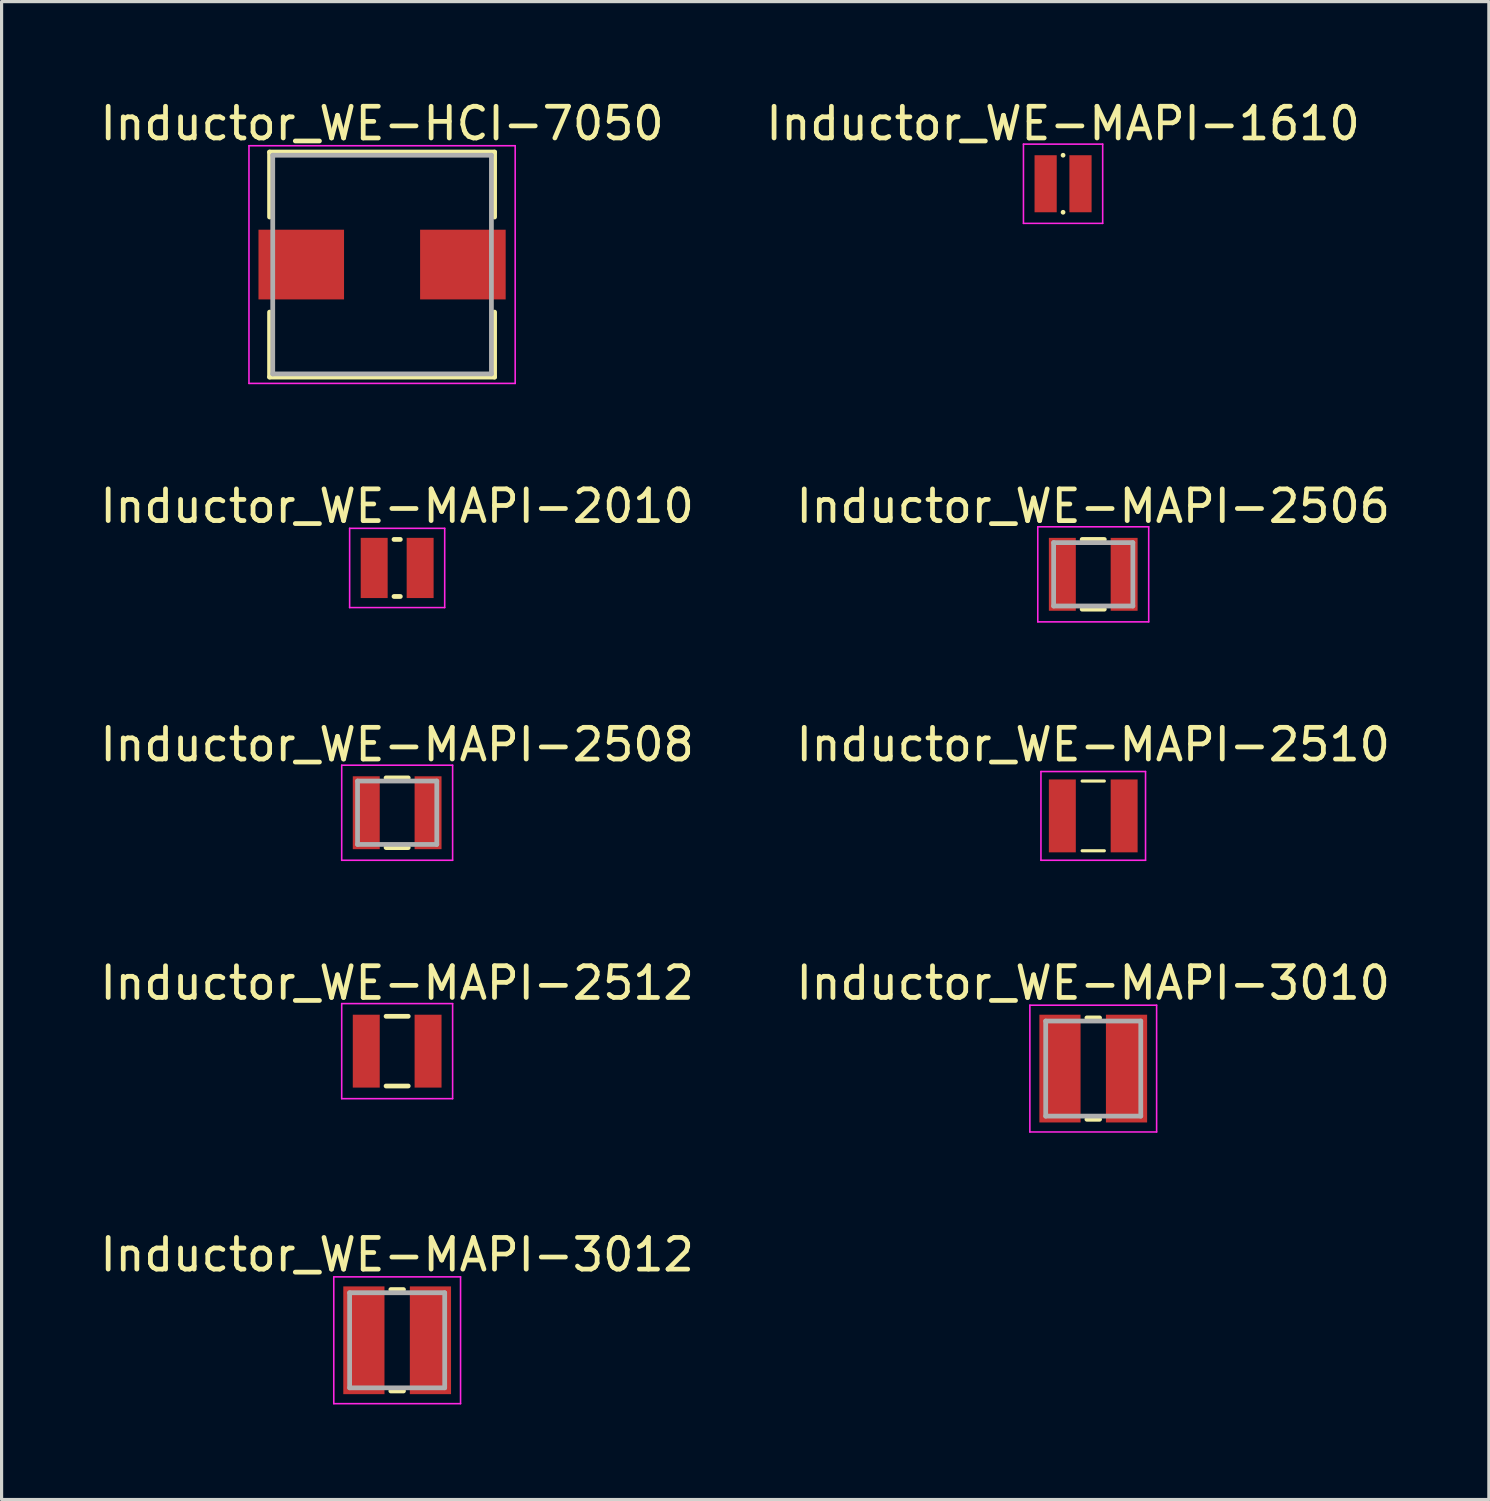
<source format=kicad_pcb>
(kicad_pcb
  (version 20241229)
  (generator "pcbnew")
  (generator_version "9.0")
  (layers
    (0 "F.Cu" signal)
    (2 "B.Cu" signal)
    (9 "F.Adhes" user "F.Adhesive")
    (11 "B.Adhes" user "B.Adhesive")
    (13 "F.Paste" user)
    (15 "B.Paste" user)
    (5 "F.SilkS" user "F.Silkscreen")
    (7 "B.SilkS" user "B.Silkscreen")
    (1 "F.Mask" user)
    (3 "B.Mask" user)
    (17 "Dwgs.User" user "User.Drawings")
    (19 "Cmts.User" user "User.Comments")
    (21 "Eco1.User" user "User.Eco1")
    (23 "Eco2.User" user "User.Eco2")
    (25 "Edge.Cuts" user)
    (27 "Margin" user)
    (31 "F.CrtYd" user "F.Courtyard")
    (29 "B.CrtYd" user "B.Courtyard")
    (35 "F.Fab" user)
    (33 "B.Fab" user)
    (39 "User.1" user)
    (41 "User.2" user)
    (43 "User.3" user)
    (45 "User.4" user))
  (footprint "Inductor_WE-MAPI-3010"
    (layer "F.Cu")
    (at 31.446 30.668)
    (property "Reference" "Inductor_WE-MAPI-3010" (at 0 -2.7 0) (layer "F.SilkS") (effects (font (size 1 1) (thickness 0.15))))
    (attr smd)
    (fp_line (start -0.2 -1.6) (end 0.2 -1.6) (stroke (width 0.15) (type solid)) (layer "F.SilkS"))
    (fp_line (start -0.2 1.6) (end 0.2 1.6) (stroke (width 0.15) (type solid)) (layer "F.SilkS"))
    (fp_line (start -2 -2) (end -2 2) (stroke (width 0.05) (type solid)) (layer "F.CrtYd"))
    (fp_line (start -2 2) (end 2 2) (stroke (width 0.05) (type solid)) (layer "F.CrtYd"))
    (fp_line (start 2 -2) (end -2 -2) (stroke (width 0.05) (type solid)) (layer "F.CrtYd"))
    (fp_line (start 2 2) (end 2 -2) (stroke (width 0.05) (type solid)) (layer "F.CrtYd"))
    (fp_line (start -1.5 -1.5) (end -1.5 1.5) (stroke (width 0.15) (type solid)) (layer "F.Fab"))
    (fp_line (start -1.5 1.5) (end 1.5 1.5) (stroke (width 0.15) (type solid)) (layer "F.Fab"))
    (fp_line (start 1.5 -1.5) (end -1.5 -1.5) (stroke (width 0.15) (type solid)) (layer "F.Fab"))
    (fp_line (start 1.5 1.5) (end 1.5 -1.5) (stroke (width 0.15) (type solid)) (layer "F.Fab"))
    (pad "1" smd rect (at -1.05 0) (size 1.3 3.4) (layers "F.Cu" "F.Mask" "F.Paste"))
    (pad "2" smd rect (at 1.05 0) (size 1.3 3.4) (layers "F.Cu" "F.Mask" "F.Paste")))
  (footprint "Inductor_WE-MAPI-2510"
    (layer "F.Cu")
    (at 31.446 22.695)
    (property "Reference" "Inductor_WE-MAPI-2510" (at 0 -2.25 0) (layer "F.SilkS") (effects (font (size 1 1) (thickness 0.15))))
    (attr smd)
    (fp_line (start -0.35 -1.1) (end 0.35 -1.1) (stroke (width 0.1) (type solid)) (layer "F.SilkS"))
    (fp_line (start 0.35 1.1) (end -0.35 1.1) (stroke (width 0.1) (type solid)) (layer "F.SilkS"))
    (fp_line (start -1.65 -1.4) (end -1.65 1.4) (stroke (width 0.05) (type solid)) (layer "F.CrtYd"))
    (fp_line (start -1.65 1.4) (end 1.65 1.4) (stroke (width 0.05) (type solid)) (layer "F.CrtYd"))
    (fp_line (start 1.65 -1.4) (end -1.65 -1.4) (stroke (width 0.05) (type solid)) (layer "F.CrtYd"))
    (fp_line (start 1.65 1.4) (end 1.65 -1.4) (stroke (width 0.05) (type solid)) (layer "F.CrtYd"))
    (pad "1" smd rect (at -0.975 0) (size 0.85 2.3) (layers "F.Cu" "F.Mask" "F.Paste"))
    (pad "2" smd rect (at 0.975 0) (size 0.85 2.3) (layers "F.Cu" "F.Mask" "F.Paste")))
  (footprint "Inductor_WE-HCI-7050"
    (layer "F.Cu")
    (at 9.006 5.298)
    (property "Reference" "Inductor_WE-HCI-7050" (at 0 -4.45 0) (layer "F.SilkS") (effects (font (size 1 1) (thickness 0.15))))
    (attr smd)
    (fp_line (start -3.55 -3.55) (end 3.55 -3.55) (stroke (width 0.15) (type solid)) (layer "F.SilkS"))
    (fp_line (start -3.55 -1.5) (end -3.55 -3.55) (stroke (width 0.15) (type solid)) (layer "F.SilkS"))
    (fp_line (start -3.55 1.5) (end -3.55 3.55) (stroke (width 0.15) (type solid)) (layer "F.SilkS"))
    (fp_line (start -3.55 3.55) (end 3.55 3.55) (stroke (width 0.15) (type solid)) (layer "F.SilkS"))
    (fp_line (start 3.55 -3.55) (end 3.55 -1.5) (stroke (width 0.15) (type solid)) (layer "F.SilkS"))
    (fp_line (start 3.55 3.55) (end 3.55 1.5) (stroke (width 0.15) (type solid)) (layer "F.SilkS"))
    (fp_line (start -4.2 -3.75) (end -4.2 3.75) (stroke (width 0.05) (type solid)) (layer "F.CrtYd"))
    (fp_line (start -4.2 3.75) (end 4.2 3.75) (stroke (width 0.05) (type solid)) (layer "F.CrtYd"))
    (fp_line (start 4.2 -3.75) (end -4.2 -3.75) (stroke (width 0.05) (type solid)) (layer "F.CrtYd"))
    (fp_line (start 4.2 3.75) (end 4.2 -3.75) (stroke (width 0.05) (type solid)) (layer "F.CrtYd"))
    (fp_line (start -3.45 -3.45) (end -3.45 3.45) (stroke (width 0.15) (type solid)) (layer "F.Fab"))
    (fp_line (start -3.45 3.45) (end 3.45 3.45) (stroke (width 0.15) (type solid)) (layer "F.Fab"))
    (fp_line (start 3.45 -3.45) (end -3.45 -3.45) (stroke (width 0.15) (type solid)) (layer "F.Fab"))
    (fp_line (start 3.45 3.45) (end 3.45 -3.45) (stroke (width 0.15) (type solid)) (layer "F.Fab"))
    (pad "1" smd rect (at -2.55 0) (size 2.7 2.2) (layers "F.Cu" "F.Mask" "F.Paste"))
    (pad "2" smd rect (at 2.55 0) (size 2.7 2.2) (layers "F.Cu" "F.Mask" "F.Paste")))
  (footprint "Inductor_WE-MAPI-3012"
    (layer "F.Cu")
    (at 9.482 39.241)
    (property "Reference" "Inductor_WE-MAPI-3012" (at 0 -2.7 0) (layer "F.SilkS") (effects (font (size 1 1) (thickness 0.15))))
    (attr smd)
    (fp_line (start -0.2 -1.6) (end 0.2 -1.6) (stroke (width 0.15) (type solid)) (layer "F.SilkS"))
    (fp_line (start -0.2 1.6) (end 0.2 1.6) (stroke (width 0.15) (type solid)) (layer "F.SilkS"))
    (fp_line (start -2 -2) (end -2 2) (stroke (width 0.05) (type solid)) (layer "F.CrtYd"))
    (fp_line (start -2 2) (end 2 2) (stroke (width 0.05) (type solid)) (layer "F.CrtYd"))
    (fp_line (start 2 -2) (end -2 -2) (stroke (width 0.05) (type solid)) (layer "F.CrtYd"))
    (fp_line (start 2 2) (end 2 -2) (stroke (width 0.05) (type solid)) (layer "F.CrtYd"))
    (fp_line (start -1.5 -1.5) (end -1.5 1.5) (stroke (width 0.15) (type solid)) (layer "F.Fab"))
    (fp_line (start -1.5 1.5) (end 1.5 1.5) (stroke (width 0.15) (type solid)) (layer "F.Fab"))
    (fp_line (start 1.5 -1.5) (end -1.5 -1.5) (stroke (width 0.15) (type solid)) (layer "F.Fab"))
    (fp_line (start 1.5 1.5) (end 1.5 -1.5) (stroke (width 0.15) (type solid)) (layer "F.Fab"))
    (pad "1" smd rect (at -1.05 0) (size 1.3 3.4) (layers "F.Cu" "F.Mask" "F.Paste"))
    (pad "2" smd rect (at 1.05 0) (size 1.3 3.4) (layers "F.Cu" "F.Mask" "F.Paste")))
  (footprint "Inductor_WE-MAPI-2512"
    (layer "F.Cu")
    (at 9.482 30.118)
    (property "Reference" "Inductor_WE-MAPI-2512" (at 0 -2.15 0) (layer "F.SilkS") (effects (font (size 1 1) (thickness 0.15))))
    (attr smd)
    (fp_line (start -0.35 -1.1) (end 0.35 -1.1) (stroke (width 0.15) (type solid)) (layer "F.SilkS"))
    (fp_line (start -0.35 1.1) (end 0.35 1.1) (stroke (width 0.15) (type solid)) (layer "F.SilkS"))
    (fp_line (start -1.75 -1.5) (end -1.75 1.5) (stroke (width 0.05) (type solid)) (layer "F.CrtYd"))
    (fp_line (start -1.75 1.5) (end 1.75 1.5) (stroke (width 0.05) (type solid)) (layer "F.CrtYd"))
    (fp_line (start 1.75 -1.5) (end -1.75 -1.5) (stroke (width 0.05) (type solid)) (layer "F.CrtYd"))
    (fp_line (start 1.75 1.5) (end 1.75 -1.5) (stroke (width 0.05) (type solid)) (layer "F.CrtYd"))
    (pad "1" smd rect (at -0.975 0) (size 0.85 2.3) (layers "F.Cu" "F.Mask" "F.Paste"))
    (pad "2" smd rect (at 0.975 0) (size 0.85 2.3) (layers "F.Cu" "F.Mask" "F.Paste")))
  (footprint "Inductor_WE-MAPI-1610"
    (layer "F.Cu")
    (at 30.494 2.748)
    (property "Reference" "Inductor_WE-MAPI-1610" (at 0 -1.9 0) (layer "F.SilkS") (effects (font (size 1 1) (thickness 0.15))))
    (attr smd)
    (fp_line (start 0 -0.9) (end 0 -0.9) (stroke (width 0.15) (type solid)) (layer "F.SilkS"))
    (fp_line (start 0 0.9) (end 0 0.9) (stroke (width 0.15) (type solid)) (layer "F.SilkS"))
    (fp_line (start -1.25 -1.25) (end -1.25 1.25) (stroke (width 0.05) (type solid)) (layer "F.CrtYd"))
    (fp_line (start -1.25 1.25) (end 1.25 1.25) (stroke (width 0.05) (type solid)) (layer "F.CrtYd"))
    (fp_line (start 1.25 -1.25) (end -1.25 -1.25) (stroke (width 0.05) (type solid)) (layer "F.CrtYd"))
    (fp_line (start 1.25 1.25) (end 1.25 -1.25) (stroke (width 0.05) (type solid)) (layer "F.CrtYd"))
    (pad "1" smd rect (at -0.55 0) (size 0.7 1.8) (layers "F.Cu" "F.Mask" "F.Paste"))
    (pad "2" smd rect (at 0.55 0) (size 0.7 1.8) (layers "F.Cu" "F.Mask" "F.Paste")))
  (footprint "Inductor_WE-MAPI-2506"
    (layer "F.Cu")
    (at 31.446 15.072)
    (property "Reference" "Inductor_WE-MAPI-2506" (at 0 -2.15 0) (layer "F.SilkS") (effects (font (size 1 1) (thickness 0.15))))
    (attr smd)
    (fp_line (start -0.35 -1.1) (end 0.35 -1.1) (stroke (width 0.15) (type solid)) (layer "F.SilkS"))
    (fp_line (start -0.35 1.1) (end 0.35 1.1) (stroke (width 0.15) (type solid)) (layer "F.SilkS"))
    (fp_line (start -1.75 -1.5) (end -1.75 1.5) (stroke (width 0.05) (type solid)) (layer "F.CrtYd"))
    (fp_line (start -1.75 1.5) (end 1.75 1.5) (stroke (width 0.05) (type solid)) (layer "F.CrtYd"))
    (fp_line (start 1.75 -1.5) (end -1.75 -1.5) (stroke (width 0.05) (type solid)) (layer "F.CrtYd"))
    (fp_line (start 1.75 1.5) (end 1.75 -1.5) (stroke (width 0.05) (type solid)) (layer "F.CrtYd"))
    (fp_line (start -1.25 -1) (end -1.25 1) (stroke (width 0.15) (type solid)) (layer "F.Fab"))
    (fp_line (start -1.25 1) (end 1.25 1) (stroke (width 0.15) (type solid)) (layer "F.Fab"))
    (fp_line (start 1.25 -1) (end -1.25 -1) (stroke (width 0.15) (type solid)) (layer "F.Fab"))
    (fp_line (start 1.25 1) (end 1.25 -1) (stroke (width 0.15) (type solid)) (layer "F.Fab"))
    (pad "1" smd rect (at -0.975 0) (size 0.85 2.3) (layers "F.Cu" "F.Mask" "F.Paste"))
    (pad "2" smd rect (at 0.975 0) (size 0.85 2.3) (layers "F.Cu" "F.Mask" "F.Paste")))
  (footprint "Inductor_WE-MAPI-2508"
    (layer "F.Cu")
    (at 9.482 22.595)
    (property "Reference" "Inductor_WE-MAPI-2508" (at 0 -2.15 0) (layer "F.SilkS") (effects (font (size 1 1) (thickness 0.15))))
    (attr smd)
    (fp_line (start -0.35 -1.1) (end 0.35 -1.1) (stroke (width 0.15) (type solid)) (layer "F.SilkS"))
    (fp_line (start -0.35 1.1) (end 0.35 1.1) (stroke (width 0.15) (type solid)) (layer "F.SilkS"))
    (fp_line (start -1.75 -1.5) (end -1.75 1.5) (stroke (width 0.05) (type solid)) (layer "F.CrtYd"))
    (fp_line (start -1.75 1.5) (end 1.75 1.5) (stroke (width 0.05) (type solid)) (layer "F.CrtYd"))
    (fp_line (start 1.75 -1.5) (end -1.75 -1.5) (stroke (width 0.05) (type solid)) (layer "F.CrtYd"))
    (fp_line (start 1.75 1.5) (end 1.75 -1.5) (stroke (width 0.05) (type solid)) (layer "F.CrtYd"))
    (fp_line (start -1.25 -1) (end -1.25 1) (stroke (width 0.15) (type solid)) (layer "F.Fab"))
    (fp_line (start -1.25 1) (end 1.25 1) (stroke (width 0.15) (type solid)) (layer "F.Fab"))
    (fp_line (start 1.25 -1) (end -1.25 -1) (stroke (width 0.15) (type solid)) (layer "F.Fab"))
    (fp_line (start 1.25 1) (end 1.25 -1) (stroke (width 0.15) (type solid)) (layer "F.Fab"))
    (pad "1" smd rect (at -0.975 0) (size 0.85 2.3) (layers "F.Cu" "F.Mask" "F.Paste"))
    (pad "2" smd rect (at 0.975 0) (size 0.85 2.3) (layers "F.Cu" "F.Mask" "F.Paste")))
  (footprint "Inductor_WE-MAPI-2010"
    (layer "F.Cu")
    (at 9.482 14.871)
    (property "Reference" "Inductor_WE-MAPI-2010" (at 0 -1.95 0) (layer "F.SilkS") (effects (font (size 1 1) (thickness 0.15))))
    (attr smd)
    (fp_line (start -0.1 -0.9) (end 0.1 -0.9) (stroke (width 0.15) (type solid)) (layer "F.SilkS"))
    (fp_line (start -0.1 0.9) (end 0.1 0.9) (stroke (width 0.15) (type solid)) (layer "F.SilkS"))
    (fp_line (start -1.5 -1.25) (end -1.5 1.25) (stroke (width 0.05) (type solid)) (layer "F.CrtYd"))
    (fp_line (start -1.5 1.25) (end 1.5 1.25) (stroke (width 0.05) (type solid)) (layer "F.CrtYd"))
    (fp_line (start 1.5 -1.25) (end -1.5 -1.25) (stroke (width 0.05) (type solid)) (layer "F.CrtYd"))
    (fp_line (start 1.5 1.25) (end 1.5 -1.25) (stroke (width 0.05) (type solid)) (layer "F.CrtYd"))
    (pad "1" smd rect (at -0.725 0) (size 0.85 1.9) (layers "F.Cu" "F.Mask" "F.Paste"))
    (pad "2" smd rect (at 0.725 0) (size 0.85 1.9) (layers "F.Cu" "F.Mask" "F.Paste")))
  (gr_rect
    (start -3 -3)
    (end 43.929 44.266)
    (stroke (width 0.1) (type default))
    (fill no)
    (layer "Edge.Cuts")))
</source>
